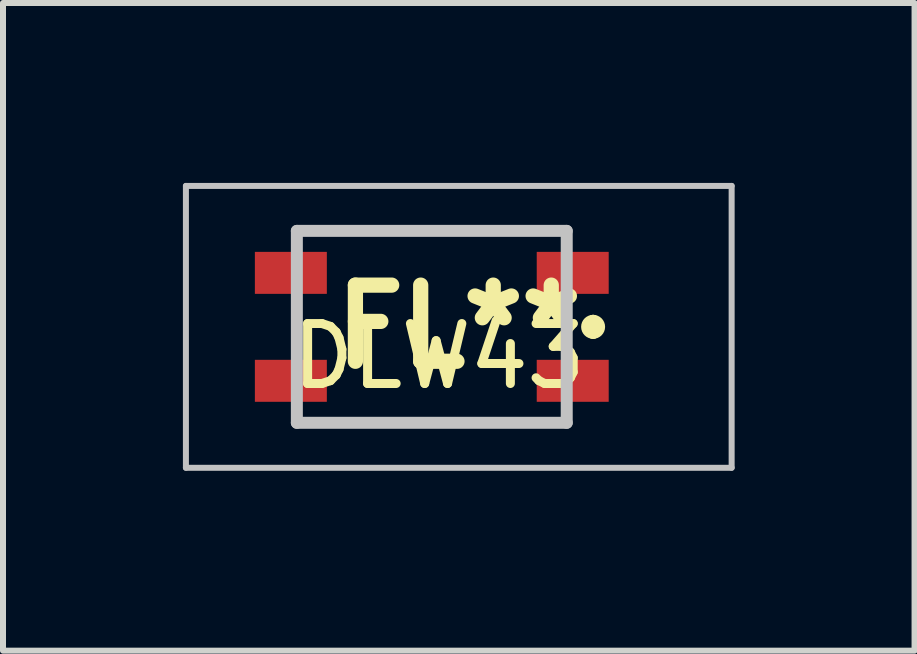
<source format=kicad_pcb>
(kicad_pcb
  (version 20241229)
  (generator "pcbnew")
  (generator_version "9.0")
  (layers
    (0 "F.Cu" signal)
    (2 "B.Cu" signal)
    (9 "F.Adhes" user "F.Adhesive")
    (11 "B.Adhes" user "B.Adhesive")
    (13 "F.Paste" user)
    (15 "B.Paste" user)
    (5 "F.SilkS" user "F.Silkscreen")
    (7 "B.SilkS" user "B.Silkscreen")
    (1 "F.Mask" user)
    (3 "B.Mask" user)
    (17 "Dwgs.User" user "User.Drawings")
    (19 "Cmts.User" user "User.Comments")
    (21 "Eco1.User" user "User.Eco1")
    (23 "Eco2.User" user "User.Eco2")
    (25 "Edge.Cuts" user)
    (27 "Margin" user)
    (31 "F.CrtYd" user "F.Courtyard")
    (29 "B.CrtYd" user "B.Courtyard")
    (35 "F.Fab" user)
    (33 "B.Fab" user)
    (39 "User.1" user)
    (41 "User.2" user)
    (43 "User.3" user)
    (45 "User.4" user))
  (footprint "DLW43"
    (layer "F.Cu")
    (at 4.27 2.39)
    (property "Reference" "DLW43" (at 0 0.5 0) (layer "F.SilkS") (effects (font (size 1 1) (thickness 0.15))))
    (attr through_hole)
    (fp_line (start -1.32 -1.59) (end -2.37 -1.59) (stroke (width 0.1) (type solid)) (layer "F.SilkS"))
    (fp_line (start -1.32 1.61) (end -2.37 1.61) (stroke (width 0.1) (type solid)) (layer "F.SilkS"))
    (fp_line (start 1.08 -1.59) (end -1.32 -1.59) (stroke (width 0.1) (type solid)) (layer "F.SilkS"))
    (fp_line (start 1.08 1.61) (end -1.32 1.61) (stroke (width 0.1) (type solid)) (layer "F.SilkS"))
    (fp_line (start 2.13 -1.59) (end 0.78 -1.59) (stroke (width 0.1) (type solid)) (layer "F.SilkS"))
    (fp_line (start 2.13 1.61) (end 1.08 1.61) (stroke (width 0.1) (type solid)) (layer "F.SilkS"))
    (fp_line (start 2.57 -0.09) (end 2.57 -0.09) (stroke (width 0.2) (type solid)) (layer "F.SilkS"))
    (fp_line (start 2.57 0.11) (end 2.57 0.11) (stroke (width 0.2) (type solid)) (layer "F.SilkS"))
    (fp_arc (start 2.57 -0.09) (mid 2.67 0.01) (end 2.57 0.11) (stroke (width 0.2) (type solid)) (layer "F.SilkS"))
    (fp_arc (start 2.57 0.11) (mid 2.47 0.01) (end 2.57 -0.09) (stroke (width 0.2) (type solid)) (layer "F.SilkS"))
    (fp_line (start -4.22 -2.34) (end -4.22 2.36) (stroke (width 0.1) (type solid)) (layer "Dwgs.User"))
    (fp_line (start -4.22 2.36) (end 4.88 2.36) (stroke (width 0.1) (type solid)) (layer "Dwgs.User"))
    (fp_line (start -2.37 -1.59) (end 2.13 -1.59) (stroke (width 0.2) (type solid)) (layer "Dwgs.User"))
    (fp_line (start -2.37 1.61) (end -2.37 -1.59) (stroke (width 0.2) (type solid)) (layer "Dwgs.User"))
    (fp_line (start 2.13 -1.59) (end 2.13 1.61) (stroke (width 0.2) (type solid)) (layer "Dwgs.User"))
    (fp_line (start 2.13 1.61) (end -2.37 1.61) (stroke (width 0.2) (type solid)) (layer "Dwgs.User"))
    (fp_line (start 4.88 -2.34) (end -4.22 -2.34) (stroke (width 0.1) (type solid)) (layer "Dwgs.User"))
    (fp_line (start 4.88 2.36) (end 4.88 -2.34) (stroke (width 0.1) (type solid)) (layer "Dwgs.User"))
    (fp_text user "FL**" (at 0.33 0.01 0) (layer "F.SilkS") (effects (font (size 1.27 1.27) (thickness 0.254))))
    (pad "1" smd rect (at 2.23 -0.89 90) (size 0.7 1.2) (layers "F.Cu" "F.Mask" "F.Paste"))
    (pad "2" smd rect (at -2.47 -0.89 90) (size 0.7 1.2) (layers "F.Cu" "F.Mask" "F.Paste"))
    (pad "3" smd rect (at -2.47 0.91 90) (size 0.7 1.2) (layers "F.Cu" "F.Mask" "F.Paste"))
    (pad "4" smd rect (at 2.23 0.91 90) (size 0.7 1.2) (layers "F.Cu" "F.Mask" "F.Paste")))
  (gr_rect
    (start -3 -3)
    (end 12.2 7.8)
    (stroke (width 0.1) (type default))
    (fill no)
    (layer "Edge.Cuts")))
</source>
